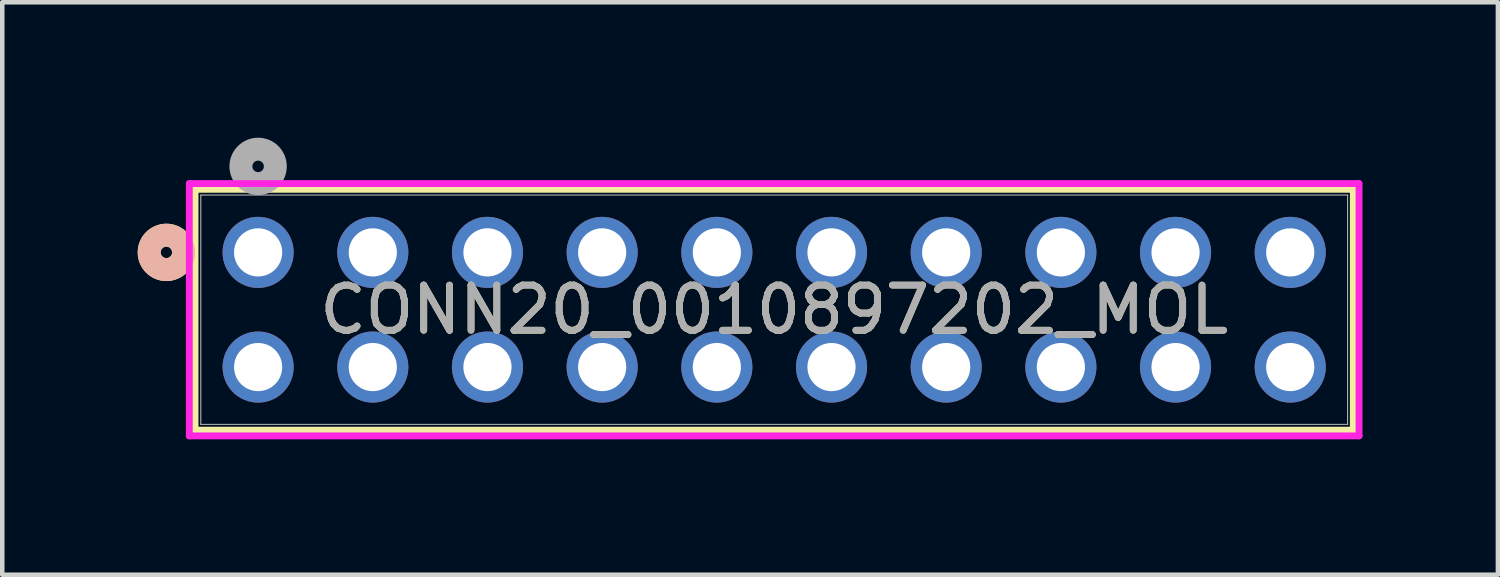
<source format=kicad_pcb>
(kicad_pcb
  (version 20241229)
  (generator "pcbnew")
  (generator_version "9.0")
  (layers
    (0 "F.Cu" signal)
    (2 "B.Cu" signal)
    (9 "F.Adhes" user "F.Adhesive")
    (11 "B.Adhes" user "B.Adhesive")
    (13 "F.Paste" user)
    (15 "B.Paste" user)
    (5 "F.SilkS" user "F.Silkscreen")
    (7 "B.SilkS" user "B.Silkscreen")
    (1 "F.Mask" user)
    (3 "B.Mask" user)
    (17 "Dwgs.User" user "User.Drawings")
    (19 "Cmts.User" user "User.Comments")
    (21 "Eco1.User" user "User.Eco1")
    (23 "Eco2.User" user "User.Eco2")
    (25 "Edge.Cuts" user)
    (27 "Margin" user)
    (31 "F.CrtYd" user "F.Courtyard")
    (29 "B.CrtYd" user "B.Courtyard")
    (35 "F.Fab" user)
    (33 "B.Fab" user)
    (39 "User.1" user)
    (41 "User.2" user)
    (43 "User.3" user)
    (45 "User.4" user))
  (footprint "CONN20_0010897202_MOL"
    (layer "F.Cu")
    (at 2.667 2.54)
    (property "Reference" "CONN20_0010897202_MOL" (at 11.43 1.27 0) (unlocked yes) (layer "F.SilkS") (effects (font (size 1 1) (thickness 0.15))))
    (attr through_hole)
    (fp_line (start -1.397 -1.397) (end -1.397 3.937) (stroke (width 0.152) (type solid)) (layer "F.SilkS"))
    (fp_line (start -1.397 3.937) (end 24.257 3.937) (stroke (width 0.152) (type solid)) (layer "F.SilkS"))
    (fp_line (start 24.257 -1.397) (end -1.397 -1.397) (stroke (width 0.152) (type solid)) (layer "F.SilkS"))
    (fp_line (start 24.257 3.937) (end 24.257 -1.397) (stroke (width 0.152) (type solid)) (layer "F.SilkS"))
    (fp_circle (center -2.032 0) (end -1.651 0) (stroke (width 0.508) (type solid)) (fill no) (layer "F.SilkS"))
    (fp_circle (center -2.032 0) (end -1.651 0) (stroke (width 0.508) (type solid)) (fill no) (layer "B.SilkS"))
    (fp_line (start -1.524 -1.524) (end -1.524 4.064) (stroke (width 0.152) (type solid)) (layer "F.CrtYd"))
    (fp_line (start -1.524 4.064) (end 24.384 4.064) (stroke (width 0.152) (type solid)) (layer "F.CrtYd"))
    (fp_line (start 24.384 -1.524) (end -1.524 -1.524) (stroke (width 0.152) (type solid)) (layer "F.CrtYd"))
    (fp_line (start 24.384 4.064) (end 24.384 -1.524) (stroke (width 0.152) (type solid)) (layer "F.CrtYd"))
    (fp_line (start -1.27 -1.27) (end -1.27 3.81) (stroke (width 0.025) (type solid)) (layer "F.Fab"))
    (fp_line (start -1.27 3.81) (end 24.13 3.81) (stroke (width 0.025) (type solid)) (layer "F.Fab"))
    (fp_line (start 24.13 -1.27) (end -1.27 -1.27) (stroke (width 0.025) (type solid)) (layer "F.Fab"))
    (fp_line (start 24.13 3.81) (end 24.13 -1.27) (stroke (width 0.025) (type solid)) (layer "F.Fab"))
    (fp_circle (center 0 -1.905) (end 0.381 -1.905) (stroke (width 0.508) (type solid)) (fill no) (layer "F.Fab"))
    (fp_text user "${REFERENCE}" (at 11.43 1.27 0) (unlocked yes) (layer "F.Fab") (effects (font (size 1 1) (thickness 0.15))))
    (pad "1" thru_hole circle (at 0 0) (size 1.575 1.575) (drill 1.067) (layers "*.Cu" "*.Mask"))
    (pad "2" thru_hole circle (at 0 2.54) (size 1.575 1.575) (drill 1.067) (layers "*.Cu" "*.Mask"))
    (pad "3" thru_hole circle (at 2.54 0) (size 1.575 1.575) (drill 1.067) (layers "*.Cu" "*.Mask"))
    (pad "4" thru_hole circle (at 2.54 2.54) (size 1.575 1.575) (drill 1.067) (layers "*.Cu" "*.Mask"))
    (pad "5" thru_hole circle (at 5.08 0) (size 1.575 1.575) (drill 1.067) (layers "*.Cu" "*.Mask"))
    (pad "6" thru_hole circle (at 5.08 2.54) (size 1.575 1.575) (drill 1.067) (layers "*.Cu" "*.Mask"))
    (pad "7" thru_hole circle (at 7.62 0) (size 1.575 1.575) (drill 1.067) (layers "*.Cu" "*.Mask"))
    (pad "8" thru_hole circle (at 7.62 2.54) (size 1.575 1.575) (drill 1.067) (layers "*.Cu" "*.Mask"))
    (pad "9" thru_hole circle (at 10.16 0) (size 1.575 1.575) (drill 1.067) (layers "*.Cu" "*.Mask"))
    (pad "10" thru_hole circle (at 10.16 2.54) (size 1.575 1.575) (drill 1.067) (layers "*.Cu" "*.Mask"))
    (pad "11" thru_hole circle (at 12.7 0) (size 1.575 1.575) (drill 1.067) (layers "*.Cu" "*.Mask"))
    (pad "12" thru_hole circle (at 12.7 2.54) (size 1.575 1.575) (drill 1.067) (layers "*.Cu" "*.Mask"))
    (pad "13" thru_hole circle (at 15.24 0) (size 1.575 1.575) (drill 1.067) (layers "*.Cu" "*.Mask"))
    (pad "14" thru_hole circle (at 15.24 2.54) (size 1.575 1.575) (drill 1.067) (layers "*.Cu" "*.Mask"))
    (pad "15" thru_hole circle (at 17.78 0) (size 1.575 1.575) (drill 1.067) (layers "*.Cu" "*.Mask"))
    (pad "16" thru_hole circle (at 17.78 2.54) (size 1.575 1.575) (drill 1.067) (layers "*.Cu" "*.Mask"))
    (pad "17" thru_hole circle (at 20.32 0) (size 1.575 1.575) (drill 1.067) (layers "*.Cu" "*.Mask"))
    (pad "18" thru_hole circle (at 20.32 2.54) (size 1.575 1.575) (drill 1.067) (layers "*.Cu" "*.Mask"))
    (pad "19" thru_hole circle (at 22.86 0) (size 1.575 1.575) (drill 1.067) (layers "*.Cu" "*.Mask"))
    (pad "20" thru_hole circle (at 22.86 2.54) (size 1.575 1.575) (drill 1.067) (layers "*.Cu" "*.Mask")))
  (gr_rect
    (start -3 -3)
    (end 30.127 9.68)
    (stroke (width 0.1) (type default))
    (fill no)
    (layer "Edge.Cuts")))
</source>
